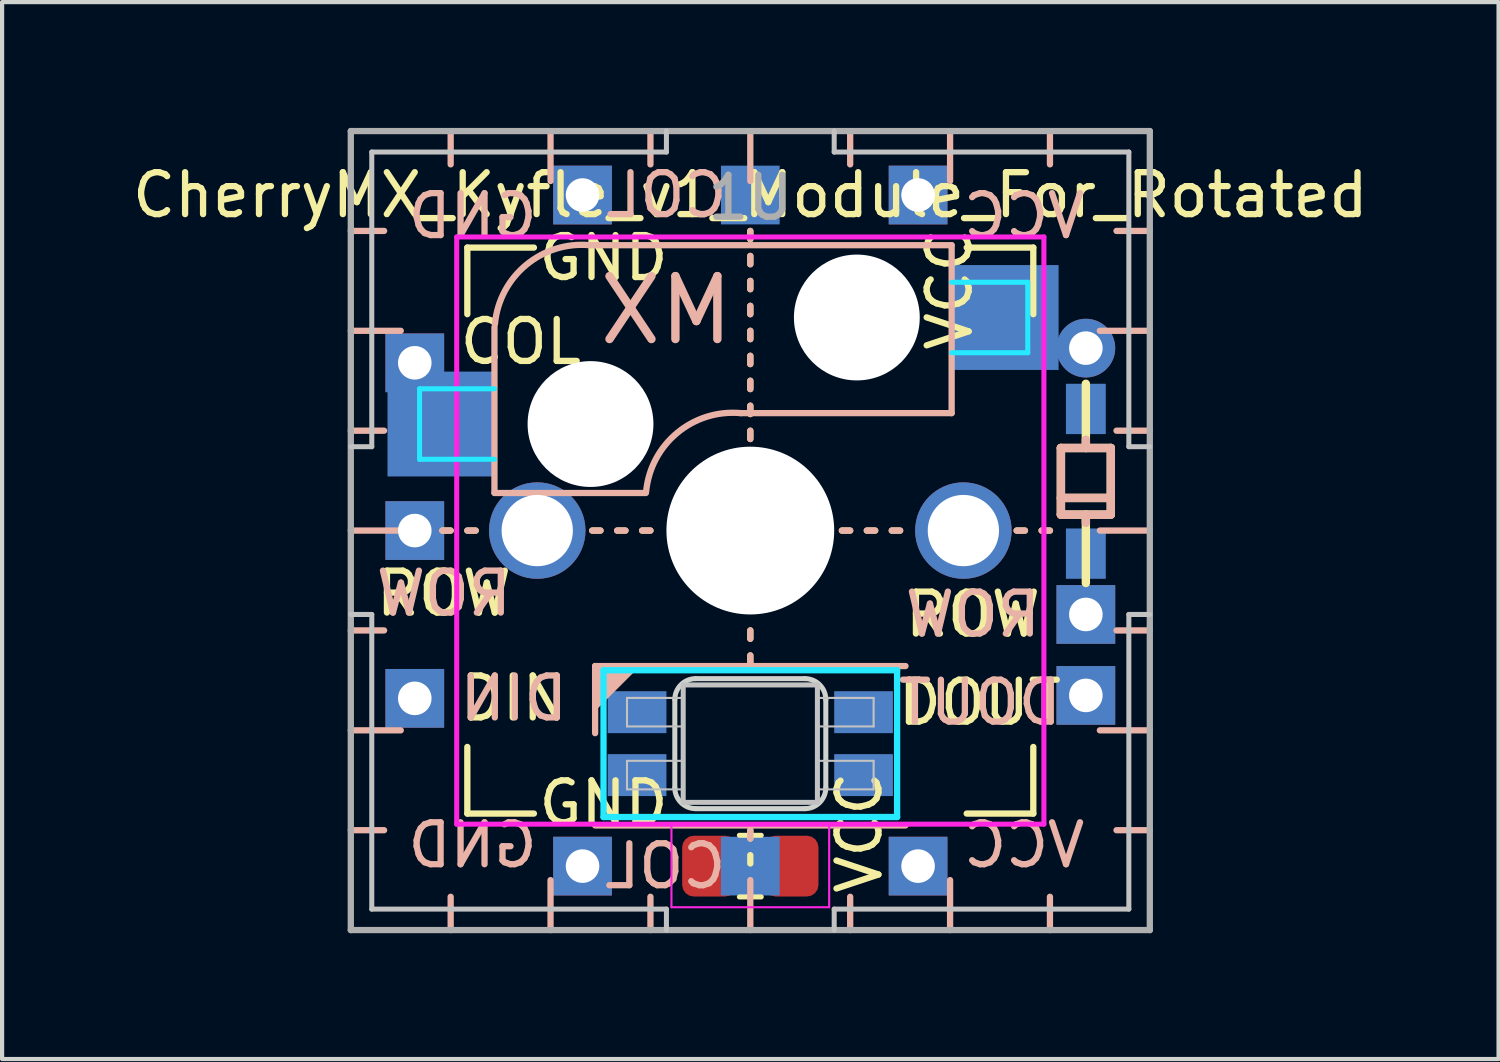
<source format=kicad_pcb>
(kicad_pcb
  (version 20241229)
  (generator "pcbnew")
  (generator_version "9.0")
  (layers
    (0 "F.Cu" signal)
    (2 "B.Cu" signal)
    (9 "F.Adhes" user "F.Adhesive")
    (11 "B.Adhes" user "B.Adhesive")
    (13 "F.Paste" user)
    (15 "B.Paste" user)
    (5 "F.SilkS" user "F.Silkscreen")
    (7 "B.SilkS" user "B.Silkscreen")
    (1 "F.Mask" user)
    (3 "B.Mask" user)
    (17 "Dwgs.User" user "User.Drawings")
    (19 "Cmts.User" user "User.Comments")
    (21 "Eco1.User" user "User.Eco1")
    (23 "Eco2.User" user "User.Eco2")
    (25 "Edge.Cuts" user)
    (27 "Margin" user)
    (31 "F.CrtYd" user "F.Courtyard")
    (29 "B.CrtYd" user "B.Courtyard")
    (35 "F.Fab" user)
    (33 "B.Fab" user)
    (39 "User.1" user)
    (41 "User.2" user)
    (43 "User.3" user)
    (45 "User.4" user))
  (footprint "CherryMX_Kyfle_v1_Module_For_Rotated"
    (layer "F.Cu")
    (at 14.839 9.6)
    (property "Reference" "CherryMX_Kyfle_v1_Module_For_Rotated" (at 0 -8 0) (unlocked yes) (layer "F.SilkS") (effects (font (size 1 1) (thickness 0.15))))
    (attr through_hole)
    (fp_line (start -7.342 0) (end -7.144 0) (stroke (width 0.15) (type solid)) (layer "F.SilkS"))
    (fp_line (start -6.747 0) (end -6.548 0) (stroke (width 0.15) (type solid)) (layer "F.SilkS"))
    (fp_line (start -6.747 -6.747) (end -5.159 -6.747) (stroke (width 0.15) (type solid)) (layer "F.SilkS"))
    (fp_line (start -6.747 -5.159) (end -6.747 -6.747) (stroke (width 0.15) (type solid)) (layer "F.SilkS"))
    (fp_line (start -6.747 6.747) (end -6.747 5.159) (stroke (width 0.15) (type solid)) (layer "F.SilkS"))
    (fp_line (start -5.159 6.747) (end -6.747 6.747) (stroke (width 0.15) (type solid)) (layer "F.SilkS"))
    (fp_line (start -3.77 0) (end -3.572 0) (stroke (width 0.15) (type solid)) (layer "F.SilkS"))
    (fp_line (start -3.175 0) (end -2.977 0) (stroke (width 0.15) (type solid)) (layer "F.SilkS"))
    (fp_line (start -2.58 0) (end -2.381 0) (stroke (width 0.15) (type solid)) (layer "F.SilkS"))
    (fp_line (start 0 -6.945) (end 0 -7.144) (stroke (width 0.15) (type solid)) (layer "F.SilkS"))
    (fp_line (start 0 -6.35) (end 0 -6.548) (stroke (width 0.15) (type solid)) (layer "F.SilkS"))
    (fp_line (start 0 -5.755) (end 0 -5.953) (stroke (width 0.15) (type solid)) (layer "F.SilkS"))
    (fp_line (start 0 -5.159) (end 0 -5.358) (stroke (width 0.15) (type solid)) (layer "F.SilkS"))
    (fp_line (start 0 -4.564) (end 0 -4.763) (stroke (width 0.15) (type solid)) (layer "F.SilkS"))
    (fp_line (start 0 -3.969) (end 0 -4.167) (stroke (width 0.15) (type solid)) (layer "F.SilkS"))
    (fp_line (start 0 -3.373) (end 0 -3.572) (stroke (width 0.15) (type solid)) (layer "F.SilkS"))
    (fp_line (start 0 -2.778) (end 0 -2.977) (stroke (width 0.15) (type solid)) (layer "F.SilkS"))
    (fp_line (start 0 -2.183) (end 0 -2.381) (stroke (width 0.15) (type solid)) (layer "F.SilkS"))
    (fp_line (start 0 2.58) (end 0 2.381) (stroke (width 0.15) (type solid)) (layer "F.SilkS"))
    (fp_line (start 0 3.175) (end 0 2.977) (stroke (width 0.15) (type solid)) (layer "F.SilkS"))
    (fp_line (start 0 7.342) (end 0 7.144) (stroke (width 0.15) (type solid)) (layer "F.SilkS"))
    (fp_line (start 0 7.938) (end 0 7.739) (stroke (width 0.15) (type solid)) (layer "F.SilkS"))
    (fp_line (start 0.261 7.265) (end -0.261 7.265) (stroke (width 0.12) (type solid)) (layer "F.SilkS"))
    (fp_line (start 0.261 8.735) (end -0.261 8.735) (stroke (width 0.12) (type solid)) (layer "F.SilkS"))
    (fp_line (start 2.183 0) (end 2.381 0) (stroke (width 0.15) (type solid)) (layer "F.SilkS"))
    (fp_line (start 2.778 0) (end 2.977 0) (stroke (width 0.15) (type solid)) (layer "F.SilkS"))
    (fp_line (start 3.373 0) (end 3.572 0) (stroke (width 0.15) (type solid)) (layer "F.SilkS"))
    (fp_line (start 5.159 -6.747) (end 6.747 -6.747) (stroke (width 0.15) (type solid)) (layer "F.SilkS"))
    (fp_line (start 6.35 0) (end 6.548 0) (stroke (width 0.15) (type solid)) (layer "F.SilkS"))
    (fp_line (start 6.747 -6.747) (end 6.747 -5.159) (stroke (width 0.15) (type solid)) (layer "F.SilkS"))
    (fp_line (start 6.747 5.159) (end 6.747 6.747) (stroke (width 0.15) (type solid)) (layer "F.SilkS"))
    (fp_line (start 6.747 6.747) (end 5.159 6.747) (stroke (width 0.15) (type solid)) (layer "F.SilkS"))
    (fp_line (start 6.945 0) (end 7.144 0) (stroke (width 0.15) (type solid)) (layer "F.SilkS"))
    (fp_line (start 7.405 -1.969) (end 8.595 -1.969) (stroke (width 0.2) (type solid)) (layer "F.SilkS"))
    (fp_line (start 7.405 -0.778) (end 8.595 -0.778) (stroke (width 0.2) (type solid)) (layer "F.SilkS"))
    (fp_line (start 7.405 -0.381) (end 7.405 -1.969) (stroke (width 0.2) (type solid)) (layer "F.SilkS"))
    (fp_line (start 8 -1.969) (end 8 -3.5) (stroke (width 0.2) (type solid)) (layer "F.SilkS"))
    (fp_line (start 8 1.25) (end 8 -0.381) (stroke (width 0.2) (type solid)) (layer "F.SilkS"))
    (fp_line (start 8.595 -1.969) (end 8.595 -0.381) (stroke (width 0.2) (type solid)) (layer "F.SilkS"))
    (fp_line (start 8.595 -0.381) (end 7.405 -0.381) (stroke (width 0.2) (type solid)) (layer "F.SilkS"))
    (fp_line (start -8.731 -7.144) (end -9.525 -7.144) (stroke (width 0.15) (type solid)) (layer "B.SilkS"))
    (fp_line (start -8.731 -2.381) (end -9.525 -2.381) (stroke (width 0.15) (type solid)) (layer "B.SilkS"))
    (fp_line (start -8.731 2.381) (end -9.525 2.381) (stroke (width 0.15) (type solid)) (layer "B.SilkS"))
    (fp_line (start -8.731 7.144) (end -9.525 7.144) (stroke (width 0.15) (type solid)) (layer "B.SilkS"))
    (fp_line (start -8.334 -4.763) (end -9.525 -4.763) (stroke (width 0.15) (type solid)) (layer "B.SilkS"))
    (fp_line (start -8.334 0) (end -9.525 0) (stroke (width 0.15) (type solid)) (layer "B.SilkS"))
    (fp_line (start -8.334 4.763) (end -9.525 4.763) (stroke (width 0.15) (type solid)) (layer "B.SilkS"))
    (fp_line (start -7.342 0) (end -7.144 0) (stroke (width 0.15) (type solid)) (layer "B.SilkS"))
    (fp_line (start -7.144 -8.731) (end -7.144 -9.525) (stroke (width 0.15) (type solid)) (layer "B.SilkS"))
    (fp_line (start -7.144 8.731) (end -7.144 9.525) (stroke (width 0.15) (type solid)) (layer "B.SilkS"))
    (fp_line (start -6.747 0) (end -6.548 0) (stroke (width 0.15) (type solid)) (layer "B.SilkS"))
    (fp_line (start -6.1 -4.85) (end -6.1 -0.905) (stroke (width 0.15) (type solid)) (layer "B.SilkS"))
    (fp_line (start -6.1 -0.896) (end -2.49 -0.896) (stroke (width 0.15) (type solid)) (layer "B.SilkS"))
    (fp_line (start -4.763 -8.334) (end -4.763 -9.525) (stroke (width 0.15) (type solid)) (layer "B.SilkS"))
    (fp_line (start -4.763 8.334) (end -4.763 9.525) (stroke (width 0.15) (type solid)) (layer "B.SilkS"))
    (fp_line (start -3.77 0) (end -3.572 0) (stroke (width 0.15) (type solid)) (layer "B.SilkS"))
    (fp_line (start -3.7 4.83) (end -3.7 3.23) (stroke (width 0.15) (type solid)) (layer "B.SilkS"))
    (fp_line (start -3.175 0) (end -2.977 0) (stroke (width 0.15) (type solid)) (layer "B.SilkS"))
    (fp_line (start -2.58 0) (end -2.381 0) (stroke (width 0.15) (type solid)) (layer "B.SilkS"))
    (fp_line (start -2.381 -8.731) (end -2.381 -9.525) (stroke (width 0.15) (type solid)) (layer "B.SilkS"))
    (fp_line (start -2.381 8.731) (end -2.381 9.525) (stroke (width 0.15) (type solid)) (layer "B.SilkS"))
    (fp_line (start 0 -8.334) (end 0 -9.525) (stroke (width 0.15) (type solid)) (layer "B.SilkS"))
    (fp_line (start 0 -6.945) (end 0 -7.144) (stroke (width 0.15) (type solid)) (layer "B.SilkS"))
    (fp_line (start 0 -6.35) (end 0 -6.548) (stroke (width 0.15) (type solid)) (layer "B.SilkS"))
    (fp_line (start 0 -5.755) (end 0 -5.953) (stroke (width 0.15) (type solid)) (layer "B.SilkS"))
    (fp_line (start 0 -5.159) (end 0 -5.358) (stroke (width 0.15) (type solid)) (layer "B.SilkS"))
    (fp_line (start 0 -4.564) (end 0 -4.763) (stroke (width 0.15) (type solid)) (layer "B.SilkS"))
    (fp_line (start 0 -3.969) (end 0 -4.167) (stroke (width 0.15) (type solid)) (layer "B.SilkS"))
    (fp_line (start 0 -3.373) (end 0 -3.572) (stroke (width 0.15) (type solid)) (layer "B.SilkS"))
    (fp_line (start 0 -2.778) (end 0 -2.977) (stroke (width 0.15) (type solid)) (layer "B.SilkS"))
    (fp_line (start 0 -2.183) (end 0 -2.381) (stroke (width 0.15) (type solid)) (layer "B.SilkS"))
    (fp_line (start 0 2.58) (end 0 2.381) (stroke (width 0.15) (type solid)) (layer "B.SilkS"))
    (fp_line (start 0 3.175) (end 0 2.977) (stroke (width 0.15) (type solid)) (layer "B.SilkS"))
    (fp_line (start 0 7.342) (end 0 7.144) (stroke (width 0.15) (type solid)) (layer "B.SilkS"))
    (fp_line (start 0 8.334) (end 0 9.525) (stroke (width 0.15) (type solid)) (layer "B.SilkS"))
    (fp_line (start 2.183 0) (end 2.381 0) (stroke (width 0.15) (type solid)) (layer "B.SilkS"))
    (fp_line (start 2.381 -8.731) (end 2.381 -9.525) (stroke (width 0.15) (type solid)) (layer "B.SilkS"))
    (fp_line (start 2.381 8.731) (end 2.381 9.525) (stroke (width 0.15) (type solid)) (layer "B.SilkS"))
    (fp_line (start 2.778 0) (end 2.977 0) (stroke (width 0.15) (type solid)) (layer "B.SilkS"))
    (fp_line (start 3.373 0) (end 3.572 0) (stroke (width 0.15) (type solid)) (layer "B.SilkS"))
    (fp_line (start 3.7 3.23) (end -3.7 3.23) (stroke (width 0.15) (type solid)) (layer "B.SilkS"))
    (fp_line (start 3.7 7.03) (end -3.7 7.03) (stroke (width 0.15) (type solid)) (layer "B.SilkS"))
    (fp_line (start 4.763 -8.334) (end 4.763 -9.525) (stroke (width 0.15) (type solid)) (layer "B.SilkS"))
    (fp_line (start 4.763 8.334) (end 4.763 9.525) (stroke (width 0.15) (type solid)) (layer "B.SilkS"))
    (fp_line (start 4.8 -6.804) (end -3.825 -6.804) (stroke (width 0.15) (type solid)) (layer "B.SilkS"))
    (fp_line (start 4.8 -2.8) (end -0.225 -2.8) (stroke (width 0.15) (type solid)) (layer "B.SilkS"))
    (fp_line (start 4.8 -2.8) (end 4.8 -6.804) (stroke (width 0.15) (type solid)) (layer "B.SilkS"))
    (fp_line (start 6.35 0) (end 6.548 0) (stroke (width 0.15) (type solid)) (layer "B.SilkS"))
    (fp_line (start 6.945 0) (end 7.144 0) (stroke (width 0.15) (type solid)) (layer "B.SilkS"))
    (fp_line (start 7.144 -8.731) (end 7.144 -9.525) (stroke (width 0.15) (type solid)) (layer "B.SilkS"))
    (fp_line (start 7.144 8.731) (end 7.144 9.525) (stroke (width 0.15) (type solid)) (layer "B.SilkS"))
    (fp_line (start 7.405 -1.969) (end 7.405 -0.381) (stroke (width 0.2) (type solid)) (layer "B.SilkS"))
    (fp_line (start 7.405 -0.381) (end 8.595 -0.381) (stroke (width 0.2) (type solid)) (layer "B.SilkS"))
    (fp_line (start 8 -1.969) (end 8 -2.167) (stroke (width 0.2) (type solid)) (layer "B.SilkS"))
    (fp_line (start 8 -0.183) (end 8 -0.381) (stroke (width 0.2) (type solid)) (layer "B.SilkS"))
    (fp_line (start 8.334 -4.763) (end 9.525 -4.763) (stroke (width 0.15) (type solid)) (layer "B.SilkS"))
    (fp_line (start 8.334 0) (end 9.525 0) (stroke (width 0.15) (type solid)) (layer "B.SilkS"))
    (fp_line (start 8.334 4.763) (end 9.525 4.763) (stroke (width 0.15) (type solid)) (layer "B.SilkS"))
    (fp_line (start 8.595 -1.969) (end 7.405 -1.969) (stroke (width 0.2) (type solid)) (layer "B.SilkS"))
    (fp_line (start 8.595 -0.778) (end 7.405 -0.778) (stroke (width 0.2) (type solid)) (layer "B.SilkS"))
    (fp_line (start 8.595 -0.381) (end 8.595 -1.969) (stroke (width 0.2) (type solid)) (layer "B.SilkS"))
    (fp_line (start 8.731 -7.144) (end 9.525 -7.144) (stroke (width 0.15) (type solid)) (layer "B.SilkS"))
    (fp_line (start 8.731 -2.381) (end 9.525 -2.381) (stroke (width 0.15) (type solid)) (layer "B.SilkS"))
    (fp_line (start 8.731 2.381) (end 9.525 2.381) (stroke (width 0.15) (type solid)) (layer "B.SilkS"))
    (fp_line (start 8.731 7.144) (end 9.525 7.144) (stroke (width 0.15) (type solid)) (layer "B.SilkS"))
    (fp_arc (start -6.089 -4.92) (mid -5.347189 -6.33089) (end -3.825 -6.804) (stroke (width 0.15) (type solid)) (layer "B.SilkS"))
    (fp_arc (start -2.485 -0.92) (mid -1.744361 -2.328061) (end -0.225 -2.8) (stroke (width 0.15) (type solid)) (layer "B.SilkS"))
    (fp_poly (pts (xy -3.699 4.23) (xy -2.7 3.23) (xy -3.7 3.23)) (stroke (width 0.1) (type solid)) (fill yes) (layer "B.SilkS"))
    (fp_line (start -9.025 -9.025) (end -2 -9.025) (stroke (width 0.12) (type solid)) (layer "Dwgs.User"))
    (fp_line (start -9.025 -2) (end -9.525 -2) (stroke (width 0.12) (type solid)) (layer "Dwgs.User"))
    (fp_line (start -9.025 -2) (end -9.025 -9.025) (stroke (width 0.12) (type solid)) (layer "Dwgs.User"))
    (fp_line (start -9.025 2) (end -9.525 2) (stroke (width 0.12) (type solid)) (layer "Dwgs.User"))
    (fp_line (start -9.025 9.025) (end -9.025 2) (stroke (width 0.12) (type solid)) (layer "Dwgs.User"))
    (fp_line (start -2.94 3.99) (end -1.6 3.99) (stroke (width 0.05) (type solid)) (layer "Dwgs.User"))
    (fp_line (start -2.94 4.67) (end -2.94 3.99) (stroke (width 0.05) (type solid)) (layer "Dwgs.User"))
    (fp_line (start -2.94 5.49) (end -2.94 6.17) (stroke (width 0.05) (type solid)) (layer "Dwgs.User"))
    (fp_line (start -2.94 5.49) (end -1.6 5.49) (stroke (width 0.05) (type solid)) (layer "Dwgs.User"))
    (fp_line (start -2 -9.025) (end -2 -9.525) (stroke (width 0.12) (type solid)) (layer "Dwgs.User"))
    (fp_line (start -2 9.025) (end -9.025 9.025) (stroke (width 0.12) (type solid)) (layer "Dwgs.User"))
    (fp_line (start -2 9.025) (end -2 9.525) (stroke (width 0.12) (type solid)) (layer "Dwgs.User"))
    (fp_line (start -1.6 3.68) (end -1.6 6.48) (stroke (width 0.12) (type solid)) (layer "Dwgs.User"))
    (fp_line (start -1.6 4.67) (end -2.94 4.67) (stroke (width 0.05) (type solid)) (layer "Dwgs.User"))
    (fp_line (start -1.6 6.17) (end -2.94 6.17) (stroke (width 0.05) (type solid)) (layer "Dwgs.User"))
    (fp_line (start -1.6 6.48) (end 1.6 6.48) (stroke (width 0.12) (type solid)) (layer "Dwgs.User"))
    (fp_line (start 1.6 3.68) (end -1.6 3.68) (stroke (width 0.12) (type solid)) (layer "Dwgs.User"))
    (fp_line (start 1.6 4.67) (end 2.94 4.67) (stroke (width 0.05) (type solid)) (layer "Dwgs.User"))
    (fp_line (start 1.6 6.17) (end 2.94 6.17) (stroke (width 0.05) (type solid)) (layer "Dwgs.User"))
    (fp_line (start 1.6 6.48) (end 1.6 3.68) (stroke (width 0.12) (type solid)) (layer "Dwgs.User"))
    (fp_line (start 2 -9.025) (end 2 -9.525) (stroke (width 0.12) (type solid)) (layer "Dwgs.User"))
    (fp_line (start 2 -9.025) (end 9.025 -9.025) (stroke (width 0.12) (type solid)) (layer "Dwgs.User"))
    (fp_line (start 2 9.025) (end 2 9.525) (stroke (width 0.12) (type solid)) (layer "Dwgs.User"))
    (fp_line (start 2.94 3.99) (end 1.6 3.99) (stroke (width 0.05) (type solid)) (layer "Dwgs.User"))
    (fp_line (start 2.94 4.67) (end 2.94 3.99) (stroke (width 0.05) (type solid)) (layer "Dwgs.User"))
    (fp_line (start 2.94 5.49) (end 1.6 5.49) (stroke (width 0.05) (type solid)) (layer "Dwgs.User"))
    (fp_line (start 2.94 5.49) (end 2.94 6.17) (stroke (width 0.05) (type solid)) (layer "Dwgs.User"))
    (fp_line (start 9.025 -9.025) (end 9.025 -2) (stroke (width 0.12) (type solid)) (layer "Dwgs.User"))
    (fp_line (start 9.025 -2) (end 9.525 -2) (stroke (width 0.12) (type solid)) (layer "Dwgs.User"))
    (fp_line (start 9.025 2) (end 9.025 9.025) (stroke (width 0.12) (type solid)) (layer "Dwgs.User"))
    (fp_line (start 9.025 2) (end 9.525 2) (stroke (width 0.12) (type solid)) (layer "Dwgs.User"))
    (fp_line (start 9.025 9.025) (end 2 9.025) (stroke (width 0.12) (type solid)) (layer "Dwgs.User"))
    (fp_line (start -1.8 4.03) (end -1.8 6.13) (stroke (width 0.12) (type solid)) (layer "Edge.Cuts"))
    (fp_line (start -1.3 6.63) (end 1.3 6.63) (stroke (width 0.12) (type solid)) (layer "Edge.Cuts"))
    (fp_line (start 1.3 3.53) (end -1.3 3.53) (stroke (width 0.12) (type solid)) (layer "Edge.Cuts"))
    (fp_line (start 1.8 6.13) (end 1.8 4.03) (stroke (width 0.12) (type solid)) (layer "Edge.Cuts"))
    (fp_arc (start -1.8 4.03) (mid -1.653553 3.676447) (end -1.3 3.53) (stroke (width 0.12) (type solid)) (layer "Edge.Cuts"))
    (fp_arc (start -1.3 6.63) (mid -1.653553 6.483553) (end -1.8 6.13) (stroke (width 0.12) (type solid)) (layer "Edge.Cuts"))
    (fp_arc (start 1.3 3.53) (mid 1.653553 3.676447) (end 1.8 4.03) (stroke (width 0.12) (type solid)) (layer "Edge.Cuts"))
    (fp_arc (start 1.8 6.13) (mid 1.653553 6.483553) (end 1.3 6.63) (stroke (width 0.12) (type solid)) (layer "Edge.Cuts"))
    (fp_line (start -7.885 -3.38) (end -7.885 -1.7) (stroke (width 0.12) (type solid)) (layer "B.CrtYd"))
    (fp_line (start -7.885 -3.38) (end -6.1 -3.38) (stroke (width 0.12) (type solid)) (layer "B.CrtYd"))
    (fp_line (start -7.885 -1.7) (end -6.1 -1.7) (stroke (width 0.12) (type solid)) (layer "B.CrtYd"))
    (fp_line (start -3.5 3.33) (end -3.5 6.83) (stroke (width 0.15) (type solid)) (layer "B.CrtYd"))
    (fp_line (start -3.5 6.83) (end 3.5 6.83) (stroke (width 0.15) (type solid)) (layer "B.CrtYd"))
    (fp_line (start 3.5 3.33) (end -3.5 3.33) (stroke (width 0.15) (type solid)) (layer "B.CrtYd"))
    (fp_line (start 3.5 6.83) (end 3.5 3.33) (stroke (width 0.15) (type solid)) (layer "B.CrtYd"))
    (fp_line (start 4.8 -5.92) (end 6.615 -5.92) (stroke (width 0.12) (type solid)) (layer "B.CrtYd"))
    (fp_line (start 6.615 -5.92) (end 6.615 -4.24) (stroke (width 0.12) (type solid)) (layer "B.CrtYd"))
    (fp_line (start 6.615 -4.24) (end 4.8 -4.24) (stroke (width 0.12) (type solid)) (layer "B.CrtYd"))
    (fp_line (start -7 -7) (end 7 -7) (stroke (width 0.12) (type solid)) (layer "F.CrtYd"))
    (fp_line (start -7 7) (end -7 -7) (stroke (width 0.12) (type solid)) (layer "F.CrtYd"))
    (fp_line (start -1.88 7.02) (end 1.88 7.02) (stroke (width 0.05) (type solid)) (layer "F.CrtYd"))
    (fp_line (start -1.88 8.98) (end -1.88 7.02) (stroke (width 0.05) (type solid)) (layer "F.CrtYd"))
    (fp_line (start 1.88 7.02) (end 1.88 8.98) (stroke (width 0.05) (type solid)) (layer "F.CrtYd"))
    (fp_line (start 1.88 8.98) (end -1.88 8.98) (stroke (width 0.05) (type solid)) (layer "F.CrtYd"))
    (fp_line (start 7 -7) (end 7 7) (stroke (width 0.12) (type solid)) (layer "F.CrtYd"))
    (fp_line (start 7 7) (end -7 7) (stroke (width 0.12) (type solid)) (layer "F.CrtYd"))
    (fp_line (start -9.525 -9.525) (end 9.525 -9.525) (stroke (width 0.15) (type solid)) (layer "F.Fab"))
    (fp_line (start -9.525 9.525) (end -9.525 -9.525) (stroke (width 0.15) (type solid)) (layer "F.Fab"))
    (fp_line (start 9.525 -9.525) (end 9.525 9.525) (stroke (width 0.15) (type solid)) (layer "F.Fab"))
    (fp_line (start 9.525 9.525) (end -9.525 9.525) (stroke (width 0.15) (type solid)) (layer "F.Fab"))
    (fp_text user "DOUT" (at 7.5 4.1 0) (unlocked yes) (layer "F.SilkS") (effects (font (size 1 1) (thickness 0.15)) (justify right)))
    (fp_text user "VCC" (at 2.6 7.2 90) (unlocked yes) (layer "F.SilkS") (effects (font (size 1 1) (thickness 0.15))))
    (fp_text user "ROW" (at 7 2 0) (unlocked yes) (layer "F.SilkS") (effects (font (size 1 1) (thickness 0.15)) (justify right)))
    (fp_text user "ROW" (at -9 1.5 0) (unlocked yes) (layer "F.SilkS") (effects (font (size 1 1) (thickness 0.15)) (justify left)))
    (fp_text user "GND" (at -3.5 -6.5 0) (unlocked yes) (layer "F.SilkS") (effects (font (size 1 1) (thickness 0.15))))
    (fp_text user "DIN" (at -7 4 0) (unlocked yes) (layer "F.SilkS") (effects (font (size 1 1) (thickness 0.15)) (justify left)))
    (fp_text user "GND" (at -3.5 6.5 0) (unlocked yes) (layer "F.SilkS") (effects (font (size 1 1) (thickness 0.15))))
    (fp_text user "VCC" (at 4.75 -5.75 90) (unlocked yes) (layer "F.SilkS") (effects (font (size 1 1) (thickness 0.15))))
    (fp_text user "COL" (at -7 -4.5 0) (unlocked yes) (layer "F.SilkS") (effects (font (size 1 1) (thickness 0.15)) (justify left)))
    (fp_text user "DOUT" (at 7.5 4.1 0) (unlocked yes) (layer "B.SilkS") (effects (font (size 1 1) (thickness 0.15)) (justify left mirror)))
    (fp_text user "ROW" (at -9 1.5 0) (unlocked yes) (layer "B.SilkS") (effects (font (size 1 1) (thickness 0.15)) (justify right mirror)))
    (fp_text user "COL" (at -2 -8 0) (unlocked yes) (layer "B.SilkS") (effects (font (size 1 1) (thickness 0.15)) (justify mirror)))
    (fp_text user "GND" (at -5 7.5 0) (unlocked yes) (layer "B.SilkS") (effects (font (size 1 1) (thickness 0.15)) (justify left mirror)))
    (fp_text user "ROW" (at 7 2 0) (unlocked yes) (layer "B.SilkS") (effects (font (size 1 1) (thickness 0.15)) (justify left mirror)))
    (fp_text user "GND" (at -5 -7.5 0) (unlocked yes) (layer "B.SilkS") (effects (font (size 1 1) (thickness 0.15)) (justify left mirror)))
    (fp_text user "MX" (at -2 -5.25 0) (unlocked yes) (layer "B.SilkS") (effects (font (size 1.5 1.5) (thickness 0.2)) (justify mirror)))
    (fp_text user "VCC" (at 5 -7.5 0) (unlocked yes) (layer "B.SilkS") (effects (font (size 1 1) (thickness 0.15)) (justify right mirror)))
    (fp_text user "VCC" (at 5 7.5 0) (unlocked yes) (layer "B.SilkS") (effects (font (size 1 1) (thickness 0.15)) (justify right mirror)))
    (fp_text user "DIN" (at -7 4 0) (unlocked yes) (layer "B.SilkS") (effects (font (size 1 1) (thickness 0.15)) (justify right mirror)))
    (fp_text user "COL" (at -0.5 8 0) (unlocked yes) (layer "B.SilkS") (effects (font (size 1 1) (thickness 0.15)) (justify left mirror)))
    (fp_text user "1U" (at 0 -7.938 0) (layer "F.Fab") (effects (font (size 1 1) (thickness 0.15))))
    (pad "" np_thru_hole circle (at -3.81 -2.54 180) (size 3 3) (drill 3) (layers "*.Cu" "*.Mask"))
    (pad "" np_thru_hole circle (at 0 0 90) (size 4 4) (drill 4) (layers "*.Cu" "*.Mask"))
    (pad "" np_thru_hole circle (at 2.54 -5.08 180) (size 3 3) (drill 3) (layers "*.Cu" "*.Mask"))
    (pad "1" smd roundrect (at 0.975 8 180) (size 1.3 1.45) (layers "F.Cu" "F.Mask" "F.Paste") (roundrect_rratio 0.213))
    (pad "1" smd rect (at 2.7 5.83 180) (size 1.4 1) (layers "B.Cu" "B.Mask" "B.Paste"))
    (pad "1" thru_hole rect (at 4 -8 90) (size 1.4 1.4) (drill 0.8) (layers "*.Cu" "*.Mask"))
    (pad "1" thru_hole rect (at 4 8 90) (size 1.4 1.4) (drill 0.8) (layers "*.Cu" "*.Mask"))
    (pad "2" smd rect (at 2.7 4.33 180) (size 1.4 1) (layers "B.Cu" "B.Mask" "B.Paste"))
    (pad "2" thru_hole rect (at 8 3.93 90) (size 1.4 1.4) (drill 0.8) (layers "*.Cu" "*.Mask"))
    (pad "3" thru_hole circle (at -5.08 0) (size 2.3 2.3) (drill 1.7) (layers "*.Cu" "*.Mask"))
    (pad "3" thru_hole rect (at -4 -8 90) (size 1.4 1.4) (drill 0.8) (layers "*.Cu" "*.Mask"))
    (pad "3" thru_hole rect (at -4 8 90) (size 1.4 1.4) (drill 0.8) (layers "*.Cu" "*.Mask"))
    (pad "3" smd rect (at -2.7 4.33 180) (size 1.4 1) (layers "B.Cu" "B.Mask" "B.Paste"))
    (pad "3" smd roundrect (at -0.975 8 180) (size 1.3 1.45) (layers "F.Cu" "F.Mask" "F.Paste") (roundrect_rratio 0.213))
    (pad "3" thru_hole circle (at 5.08 0) (size 2.3 2.3) (drill 1.7) (layers "*.Cu" "*.Mask"))
    (pad "4" thru_hole rect (at -8 4 90) (size 1.4 1.4) (drill 0.8) (layers "*.Cu" "*.Mask"))
    (pad "4" smd rect (at -2.7 5.83 180) (size 1.4 1) (layers "B.Cu" "B.Mask" "B.Paste"))
    (pad "5" thru_hole rect (at -8 -4 90) (size 1.4 1.4) (drill 0.8) (layers "*.Cu" "*.Mask"))
    (pad "5" smd rect (at -7.375 -2.54) (size 2.55 2.5) (layers "B.Cu" "B.Mask" "B.Paste"))
    (pad "5" smd rect (at 0 -8 90) (size 1.4 1.4) (layers "B.Cu" "B.Mask"))
    (pad "5" smd rect (at 0 8 90) (size 1.4 1.4) (layers "B.Cu" "B.Mask"))
    (pad "6" smd rect (at 6.075 -5.08) (size 2.55 2.5) (layers "B.Cu" "B.Mask" "B.Paste"))
    (pad "6" thru_hole circle (at 8 -4.35 90) (size 1.4 1.4) (drill 0.8) (layers "*.Cu" "*.Mask"))
    (pad "6" smd rect (at 8 -2.9 90) (size 1.2 0.95) (layers "B.Cu" "B.Mask" "B.Paste"))
    (pad "7" thru_hole rect (at -8 0 90) (size 1.4 1.4) (drill 0.8) (layers "*.Cu" "*.Mask"))
    (pad "7" smd rect (at 8 0.55 90) (size 1.2 0.95) (layers "B.Cu" "B.Mask" "B.Paste"))
    (pad "7" thru_hole rect (at 8 2 90) (size 1.4 1.4) (drill 0.8) (layers "*.Cu" "*.Mask")))
  (gr_rect
    (start -3 -3)
    (end 32.679 22.2)
    (stroke (width 0.1) (type default))
    (fill no)
    (layer "Edge.Cuts")))
</source>
